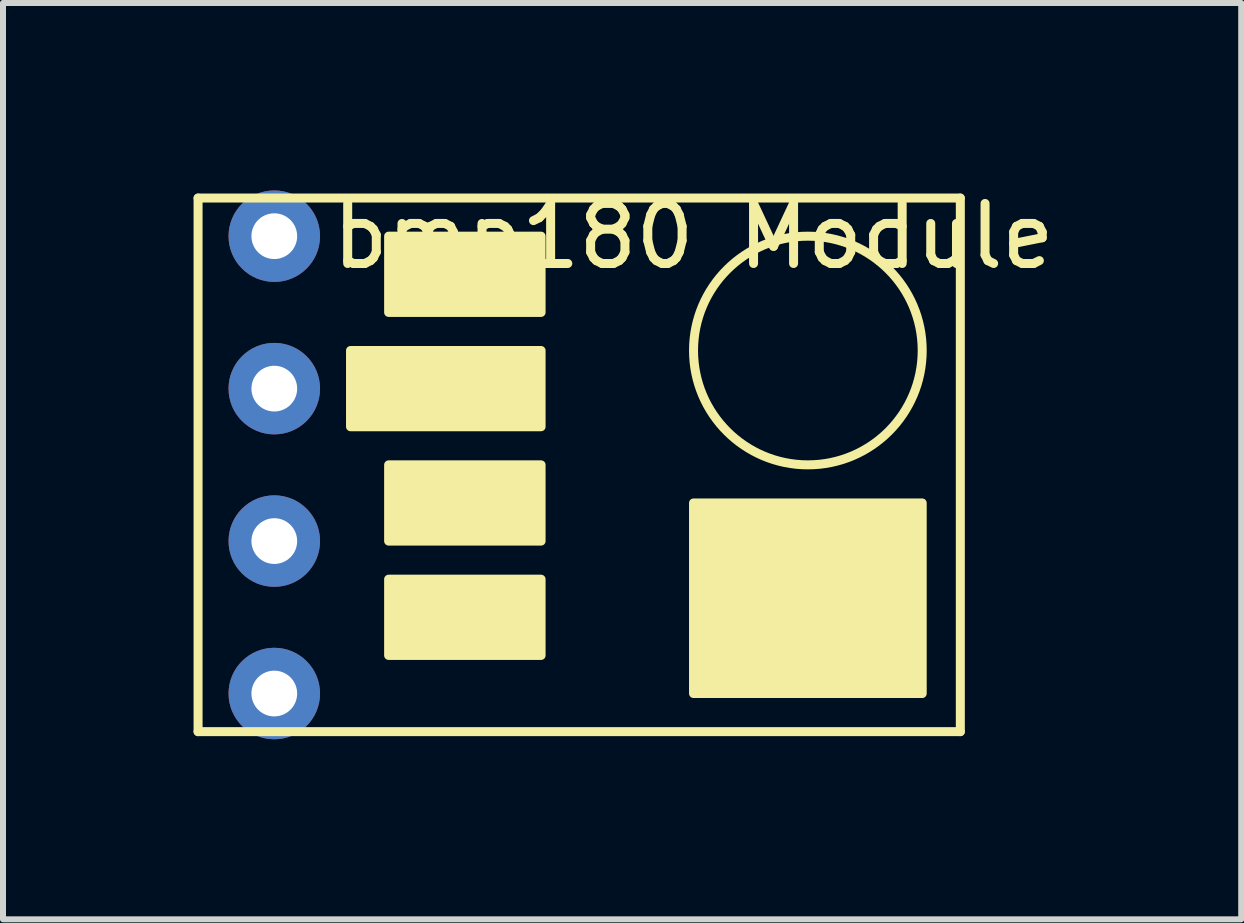
<source format=kicad_pcb>
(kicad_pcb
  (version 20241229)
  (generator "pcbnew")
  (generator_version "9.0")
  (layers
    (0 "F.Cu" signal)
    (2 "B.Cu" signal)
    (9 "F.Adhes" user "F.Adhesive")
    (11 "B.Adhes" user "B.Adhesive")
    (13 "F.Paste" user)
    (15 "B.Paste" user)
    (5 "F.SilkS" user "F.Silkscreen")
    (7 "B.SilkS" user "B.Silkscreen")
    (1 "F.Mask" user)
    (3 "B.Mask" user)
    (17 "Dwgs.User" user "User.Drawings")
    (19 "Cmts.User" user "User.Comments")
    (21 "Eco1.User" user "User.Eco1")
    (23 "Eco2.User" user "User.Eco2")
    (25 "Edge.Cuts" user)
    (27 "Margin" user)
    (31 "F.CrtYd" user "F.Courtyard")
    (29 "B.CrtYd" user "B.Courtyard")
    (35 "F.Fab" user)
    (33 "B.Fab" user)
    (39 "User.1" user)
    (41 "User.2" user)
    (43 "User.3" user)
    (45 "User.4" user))
  (footprint "bmp180 Module"
    (layer "F.Cu")
    (at 0.25 0.25)
    (property "Reference" "bmp180 Module" (at 8.255 0.635 0) (layer "F.SilkS") (effects (font (size 1 1) (thickness 0.15))))
    (attr through_hole)
    (fp_line (start 0 0) (end 0 8.89) (stroke (width 0.15) (type solid)) (layer "F.SilkS"))
    (fp_line (start 0 8.89) (end 12.7 8.89) (stroke (width 0.15) (type solid)) (layer "F.SilkS"))
    (fp_line (start 12.7 0) (end 0 0) (stroke (width 0.15) (type solid)) (layer "F.SilkS"))
    (fp_line (start 12.7 8.89) (end 12.7 0) (stroke (width 0.15) (type solid)) (layer "F.SilkS"))
    (fp_circle (center 10.16 2.54) (end 12.065 2.54) (stroke (width 0.15) (type solid)) (fill no) (layer "F.SilkS"))
    (fp_poly (pts (xy 2.54 2.54) (xy 5.715 2.54) (xy 5.715 3.81) (xy 2.54 3.81)) (stroke (width 0.15) (type solid)) (fill yes) (layer "F.SilkS"))
    (fp_poly (pts (xy 3.175 0.635) (xy 5.715 0.635) (xy 5.715 1.905) (xy 3.175 1.905)) (stroke (width 0.15) (type solid)) (fill yes) (layer "F.SilkS"))
    (fp_poly (pts (xy 3.175 4.445) (xy 5.715 4.445) (xy 5.715 5.715) (xy 3.175 5.715)) (stroke (width 0.15) (type solid)) (fill yes) (layer "F.SilkS"))
    (fp_poly (pts (xy 3.175 6.35) (xy 5.715 6.35) (xy 5.715 7.62) (xy 3.175 7.62)) (stroke (width 0.15) (type solid)) (fill yes) (layer "F.SilkS"))
    (fp_poly (pts (xy 8.255 5.08) (xy 12.065 5.08) (xy 12.065 8.255) (xy 8.255 8.255)) (stroke (width 0.15) (type solid)) (fill yes) (layer "F.SilkS"))
    (pad "1" thru_hole circle (at 1.27 0.635) (size 1.524 1.524) (drill 0.762) (layers "*.Cu" "*.Mask"))
    (pad "2" thru_hole circle (at 1.27 3.175) (size 1.524 1.524) (drill 0.762) (layers "*.Cu" "*.Mask"))
    (pad "3" thru_hole circle (at 1.27 5.715) (size 1.524 1.524) (drill 0.762) (layers "*.Cu" "*.Mask"))
    (pad "4" thru_hole circle (at 1.27 8.255) (size 1.524 1.524) (drill 0.762) (layers "*.Cu" "*.Mask")))
  (gr_rect
    (start -3 -3)
    (end 17.63 12.267)
    (stroke (width 0.1) (type default))
    (fill no)
    (layer "Edge.Cuts")))
</source>
